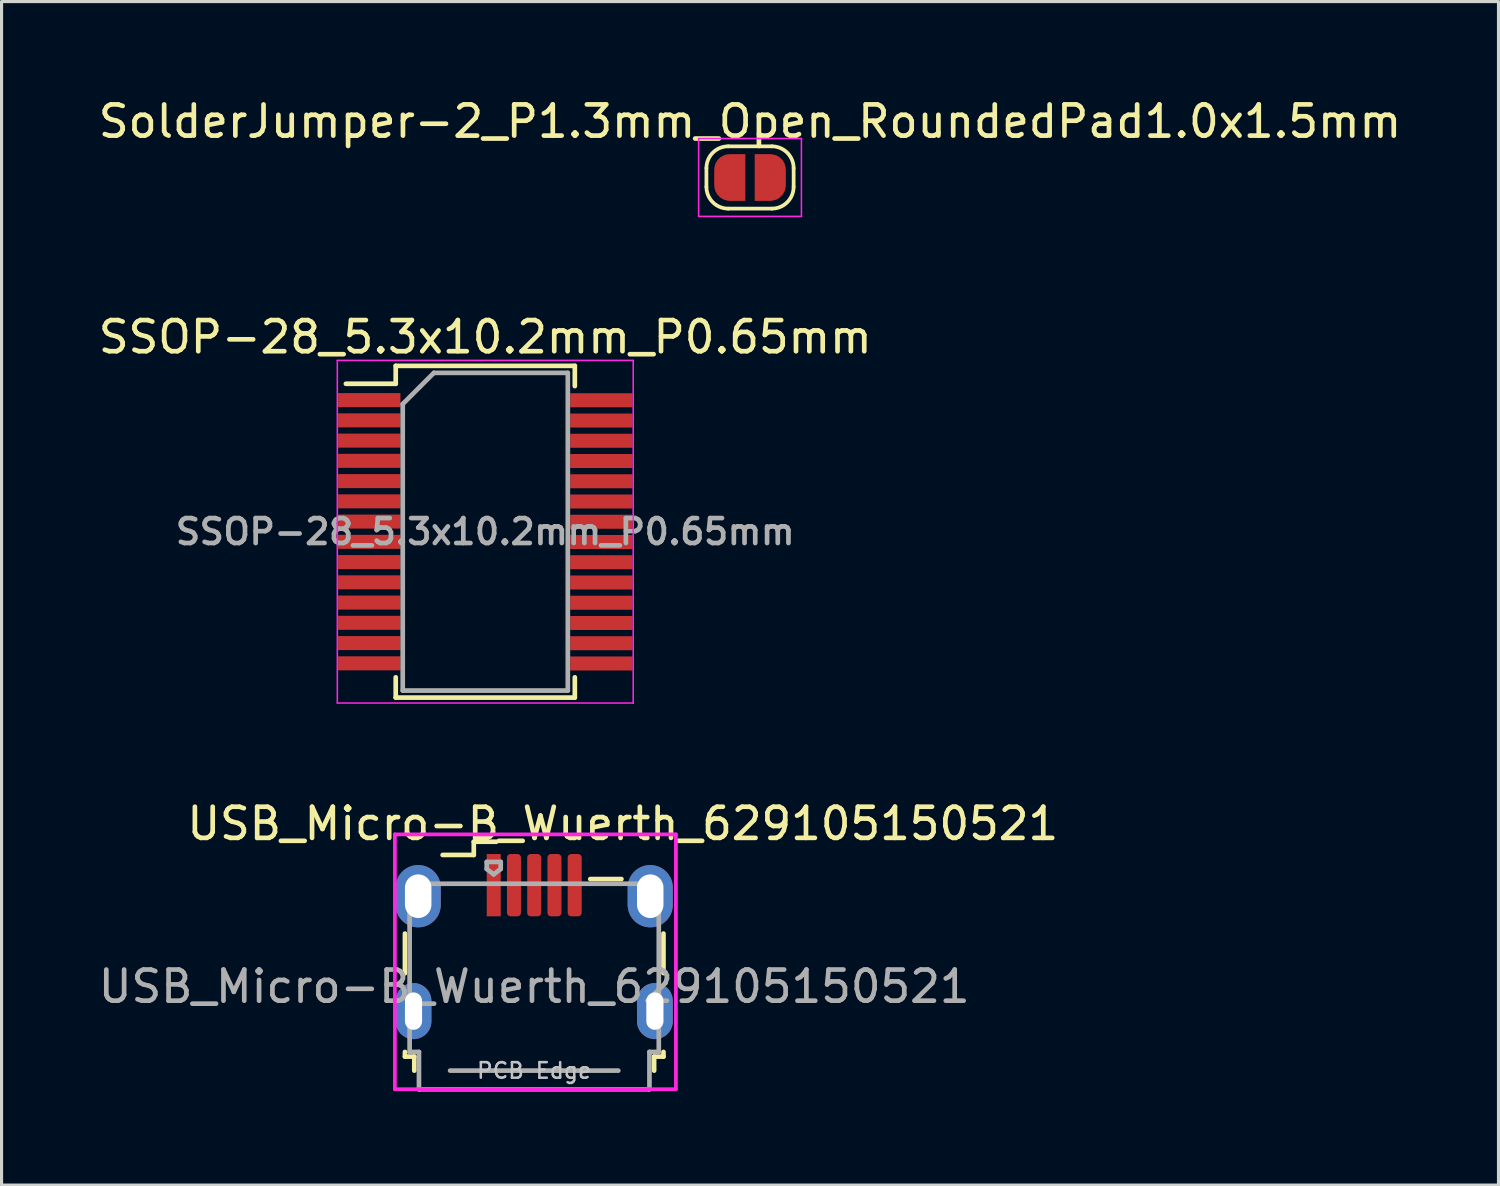
<source format=kicad_pcb>
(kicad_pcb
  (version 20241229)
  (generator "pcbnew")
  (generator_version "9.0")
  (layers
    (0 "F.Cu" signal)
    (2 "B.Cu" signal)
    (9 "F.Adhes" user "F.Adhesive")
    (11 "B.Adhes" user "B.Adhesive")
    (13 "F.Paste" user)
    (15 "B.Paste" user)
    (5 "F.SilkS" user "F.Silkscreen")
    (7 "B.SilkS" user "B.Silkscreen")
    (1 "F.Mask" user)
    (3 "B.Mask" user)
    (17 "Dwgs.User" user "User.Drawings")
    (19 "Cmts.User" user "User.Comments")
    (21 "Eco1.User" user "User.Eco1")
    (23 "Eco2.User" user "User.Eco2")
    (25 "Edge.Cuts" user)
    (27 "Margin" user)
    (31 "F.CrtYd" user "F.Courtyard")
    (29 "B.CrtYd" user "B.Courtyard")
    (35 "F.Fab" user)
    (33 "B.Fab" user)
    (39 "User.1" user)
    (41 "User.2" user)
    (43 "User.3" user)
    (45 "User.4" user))
  (footprint "USB_Micro-B_Wuerth_629105150521"
    (layer "F.Cu")
    (at 14.088 27.99)
    (property "Reference" "USB_Micro-B_Wuerth_629105150521" (at 2.857 -4.595 0) (layer "F.SilkS") (effects (font (size 1 1) (thickness 0.15))))
    (attr smd)
    (fp_line (start -4.137 -1.067) (end -4.137 0.206) (stroke (width 0.15) (type solid)) (layer "F.SilkS"))
    (fp_line (start -4.137 2.733) (end -4.137 2.883) (stroke (width 0.15) (type solid)) (layer "F.SilkS"))
    (fp_line (start -4.137 2.883) (end -3.837 2.883) (stroke (width 0.15) (type solid)) (layer "F.SilkS"))
    (fp_line (start -3.837 2.883) (end -3.837 3.333) (stroke (width 0.15) (type solid)) (layer "F.SilkS"))
    (fp_line (start -1.927 -4.016) (end -1.927 -3.591) (stroke (width 0.15) (type solid)) (layer "F.SilkS"))
    (fp_line (start -1.927 -3.591) (end -2.927 -3.591) (stroke (width 0.15) (type solid)) (layer "F.SilkS"))
    (fp_line (start -1.202 -4.016) (end -1.927 -4.016) (stroke (width 0.15) (type solid)) (layer "F.SilkS"))
    (fp_line (start 1.813 -2.817) (end 2.813 -2.817) (stroke (width 0.15) (type solid)) (layer "F.SilkS"))
    (fp_line (start 3.863 2.883) (end 4.163 2.883) (stroke (width 0.15) (type solid)) (layer "F.SilkS"))
    (fp_line (start 3.863 3.333) (end 3.863 2.883) (stroke (width 0.15) (type solid)) (layer "F.SilkS"))
    (fp_line (start 4.163 0.201) (end 4.163 -1.067) (stroke (width 0.15) (type solid)) (layer "F.SilkS"))
    (fp_line (start 4.163 2.883) (end 4.163 2.733) (stroke (width 0.15) (type solid)) (layer "F.SilkS"))
    (fp_line (start -4.46 -4.252) (end -4.46 3.929) (stroke (width 0.12) (type solid)) (layer "F.CrtYd"))
    (fp_line (start -4.46 3.929) (end 4.562 3.929) (stroke (width 0.12) (type solid)) (layer "F.CrtYd"))
    (fp_line (start 4.562 -4.252) (end -4.463 -4.252) (stroke (width 0.12) (type solid)) (layer "F.CrtYd"))
    (fp_line (start 4.562 3.929) (end 4.562 -4.252) (stroke (width 0.12) (type solid)) (layer "F.CrtYd"))
    (fp_line (start -3.987 -2.667) (end -3.987 2.733) (stroke (width 0.15) (type solid)) (layer "F.Fab"))
    (fp_line (start -3.987 2.733) (end -3.687 2.733) (stroke (width 0.15) (type solid)) (layer "F.Fab"))
    (fp_line (start -3.687 2.733) (end -3.687 3.933) (stroke (width 0.15) (type solid)) (layer "F.Fab"))
    (fp_line (start -3.687 3.933) (end 3.713 3.933) (stroke (width 0.15) (type solid)) (layer "F.Fab"))
    (fp_line (start -2.687 3.333) (end 2.713 3.333) (stroke (width 0.15) (type solid)) (layer "F.Fab"))
    (fp_line (start -1.512 -3.367) (end -1.062 -3.367) (stroke (width 0.15) (type solid)) (layer "F.Fab"))
    (fp_line (start -1.512 -3.142) (end -1.512 -3.367) (stroke (width 0.15) (type solid)) (layer "F.Fab"))
    (fp_line (start -1.287 -2.967) (end -1.512 -3.142) (stroke (width 0.15) (type solid)) (layer "F.Fab"))
    (fp_line (start -1.062 -3.367) (end -1.062 -3.142) (stroke (width 0.15) (type solid)) (layer "F.Fab"))
    (fp_line (start -1.062 -3.142) (end -1.287 -2.967) (stroke (width 0.15) (type solid)) (layer "F.Fab"))
    (fp_line (start 3.713 2.733) (end 4.013 2.733) (stroke (width 0.15) (type solid)) (layer "F.Fab"))
    (fp_line (start 3.713 3.933) (end 3.713 2.733) (stroke (width 0.15) (type solid)) (layer "F.Fab"))
    (fp_line (start 4.013 -2.667) (end -3.987 -2.667) (stroke (width 0.15) (type solid)) (layer "F.Fab"))
    (fp_line (start 4.013 2.733) (end 4.013 -2.667) (stroke (width 0.15) (type solid)) (layer "F.Fab"))
    (fp_text user "PCB Edge" (at 0.013 3.333 0) (layer "Dwgs.User") (effects (font (size 0.5 0.5) (thickness 0.08))))
    (fp_text user "${REFERENCE}" (at 0.013 0.633 0) (layer "F.Fab") (effects (font (size 1 1) (thickness 0.15))))
    (pad "1" smd rect (at -1.287 -2.621) (size 0.45 2) (layers "F.Cu" "F.Mask" "F.Paste"))
    (pad "2" smd roundrect (at -0.637 -2.621) (size 0.45 2) (layers "F.Cu" "F.Mask" "F.Paste") (roundrect_rratio 0.25))
    (pad "3" smd roundrect (at 0.013 -2.621) (size 0.45 2) (layers "F.Cu" "F.Mask" "F.Paste") (roundrect_rratio 0.25))
    (pad "4" smd roundrect (at 0.663 -2.621) (size 0.45 2) (layers "F.Cu" "F.Mask" "F.Paste") (roundrect_rratio 0.25))
    (pad "5" smd roundrect (at 1.313 -2.621) (size 0.45 2) (layers "F.Cu" "F.Mask" "F.Paste") (roundrect_rratio 0.25))
    (pad "6" thru_hole oval (at -3.862 1.422) (size 1.15 1.8) (drill oval 0.55 1.2) (layers "*.Cu" "*.Mask"))
    (pad "6" thru_hole oval (at -3.712 -2.267) (size 1.45 2) (drill oval 0.85 1.4) (layers "*.Cu" "*.Mask"))
    (pad "6" thru_hole oval (at 3.738 -2.267) (size 1.45 2) (drill oval 0.85 1.4) (layers "*.Cu" "*.Mask"))
    (pad "6" thru_hole oval (at 3.888 1.422) (size 1.15 1.8) (drill oval 0.55 1.2) (layers "*.Cu" "*.Mask")))
  (footprint "SSOP-28_5.3x10.2mm_P0.65mm"
    (layer "F.Cu")
    (at 12.53 14.021)
    (property "Reference" "SSOP-28_5.3x10.2mm_P0.65mm" (at 0 -6.25 0) (layer "F.SilkS") (effects (font (size 1 1) (thickness 0.15))))
    (attr smd)
    (fp_line (start -2.875 -5.325) (end -2.875 -4.75) (stroke (width 0.15) (type solid)) (layer "F.SilkS"))
    (fp_line (start -2.875 -5.325) (end 2.875 -5.325) (stroke (width 0.15) (type solid)) (layer "F.SilkS"))
    (fp_line (start -2.875 -4.75) (end -4.475 -4.75) (stroke (width 0.15) (type solid)) (layer "F.SilkS"))
    (fp_line (start -2.875 5.325) (end -2.875 4.675) (stroke (width 0.15) (type solid)) (layer "F.SilkS"))
    (fp_line (start -2.875 5.325) (end 2.875 5.325) (stroke (width 0.15) (type solid)) (layer "F.SilkS"))
    (fp_line (start 2.875 -5.325) (end 2.875 -4.675) (stroke (width 0.15) (type solid)) (layer "F.SilkS"))
    (fp_line (start 2.875 5.325) (end 2.875 4.675) (stroke (width 0.15) (type solid)) (layer "F.SilkS"))
    (fp_line (start -4.75 -5.5) (end -4.75 5.5) (stroke (width 0.05) (type solid)) (layer "F.CrtYd"))
    (fp_line (start -4.75 -5.5) (end 4.75 -5.5) (stroke (width 0.05) (type solid)) (layer "F.CrtYd"))
    (fp_line (start -4.75 5.5) (end 4.75 5.5) (stroke (width 0.05) (type solid)) (layer "F.CrtYd"))
    (fp_line (start 4.75 -5.5) (end 4.75 5.5) (stroke (width 0.05) (type solid)) (layer "F.CrtYd"))
    (fp_line (start -2.65 -4.1) (end -1.65 -5.1) (stroke (width 0.15) (type solid)) (layer "F.Fab"))
    (fp_line (start -2.65 5.1) (end -2.65 -4.1) (stroke (width 0.15) (type solid)) (layer "F.Fab"))
    (fp_line (start -1.65 -5.1) (end 2.65 -5.1) (stroke (width 0.15) (type solid)) (layer "F.Fab"))
    (fp_line (start 2.65 -5.1) (end 2.65 5.1) (stroke (width 0.15) (type solid)) (layer "F.Fab"))
    (fp_line (start 2.65 5.1) (end -2.65 5.1) (stroke (width 0.15) (type solid)) (layer "F.Fab"))
    (fp_text user "${REFERENCE}" (at 0 0 0) (layer "F.Fab") (effects (font (size 0.8 0.8) (thickness 0.15))))
    (pad "1" smd rect (at -3.724 -4.225) (size 2 0.45) (layers "F.Cu" "F.Mask" "F.Paste"))
    (pad "2" smd rect (at -3.724 -3.575) (size 2 0.45) (layers "F.Cu" "F.Mask" "F.Paste"))
    (pad "3" smd rect (at -3.724 -2.925) (size 2 0.45) (layers "F.Cu" "F.Mask" "F.Paste"))
    (pad "4" smd rect (at -3.724 -2.275) (size 2 0.45) (layers "F.Cu" "F.Mask" "F.Paste"))
    (pad "5" smd rect (at -3.724 -1.625) (size 2 0.45) (layers "F.Cu" "F.Mask" "F.Paste"))
    (pad "6" smd rect (at -3.724 -0.975) (size 2 0.45) (layers "F.Cu" "F.Mask" "F.Paste"))
    (pad "7" smd rect (at -3.724 -0.325) (size 2 0.45) (layers "F.Cu" "F.Mask" "F.Paste"))
    (pad "8" smd rect (at -3.724 0.325) (size 2 0.45) (layers "F.Cu" "F.Mask" "F.Paste"))
    (pad "9" smd rect (at -3.724 0.975) (size 2 0.45) (layers "F.Cu" "F.Mask" "F.Paste"))
    (pad "10" smd rect (at -3.724 1.625) (size 2 0.45) (layers "F.Cu" "F.Mask" "F.Paste"))
    (pad "11" smd rect (at -3.724 2.275) (size 2 0.45) (layers "F.Cu" "F.Mask" "F.Paste"))
    (pad "12" smd rect (at -3.724 2.925) (size 2 0.45) (layers "F.Cu" "F.Mask" "F.Paste"))
    (pad "13" smd rect (at -3.724 3.575) (size 2 0.45) (layers "F.Cu" "F.Mask" "F.Paste"))
    (pad "14" smd rect (at -3.724 4.225) (size 2 0.45) (layers "F.Cu" "F.Mask" "F.Paste"))
    (pad "15" smd rect (at 3.727 4.23) (size 2 0.45) (layers "F.Cu" "F.Mask" "F.Paste"))
    (pad "16" smd rect (at 3.727 3.58) (size 2 0.45) (layers "F.Cu" "F.Mask" "F.Paste"))
    (pad "17" smd rect (at 3.727 2.93) (size 2 0.45) (layers "F.Cu" "F.Mask" "F.Paste"))
    (pad "18" smd rect (at 3.727 2.28) (size 2 0.45) (layers "F.Cu" "F.Mask" "F.Paste"))
    (pad "19" smd rect (at 3.727 1.63) (size 2 0.45) (layers "F.Cu" "F.Mask" "F.Paste"))
    (pad "20" smd rect (at 3.727 0.98) (size 2 0.45) (layers "F.Cu" "F.Mask" "F.Paste"))
    (pad "21" smd rect (at 3.727 0.33) (size 2 0.45) (layers "F.Cu" "F.Mask" "F.Paste"))
    (pad "22" smd rect (at 3.727 -0.32) (size 2 0.45) (layers "F.Cu" "F.Mask" "F.Paste"))
    (pad "23" smd rect (at 3.727 -0.97) (size 2 0.45) (layers "F.Cu" "F.Mask" "F.Paste"))
    (pad "24" smd rect (at 3.727 -1.62) (size 2 0.45) (layers "F.Cu" "F.Mask" "F.Paste"))
    (pad "25" smd rect (at 3.727 -2.27) (size 2 0.45) (layers "F.Cu" "F.Mask" "F.Paste"))
    (pad "26" smd rect (at 3.727 -2.92) (size 2 0.45) (layers "F.Cu" "F.Mask" "F.Paste"))
    (pad "27" smd rect (at 3.727 -3.57) (size 2 0.45) (layers "F.Cu" "F.Mask" "F.Paste"))
    (pad "28" smd rect (at 3.727 -4.22) (size 2 0.45) (layers "F.Cu" "F.Mask" "F.Paste")))
  (footprint "SolderJumper-2_P1.3mm_Open_RoundedPad1.0x1.5mm"
    (layer "F.Cu")
    (at 21.03 2.648)
    (property "Reference" "SolderJumper-2_P1.3mm_Open_RoundedPad1.0x1.5mm" (at 0 -1.8 0) (layer "F.SilkS") (effects (font (size 1 1) (thickness 0.15))))
    (attr exclude_from_pos_files exclude_from_bom)
    (fp_line (start -1.4 0.3) (end -1.4 -0.3) (stroke (width 0.12) (type solid)) (layer "F.SilkS"))
    (fp_line (start -0.7 -1) (end 0.7 -1) (stroke (width 0.12) (type solid)) (layer "F.SilkS"))
    (fp_line (start 0.7 1) (end -0.7 1) (stroke (width 0.12) (type solid)) (layer "F.SilkS"))
    (fp_line (start 1.4 -0.3) (end 1.4 0.3) (stroke (width 0.12) (type solid)) (layer "F.SilkS"))
    (fp_arc (start -1.4 -0.3) (mid -1.194975 -0.794975) (end -0.7 -1) (stroke (width 0.12) (type solid)) (layer "F.SilkS"))
    (fp_arc (start -0.7 1) (mid -1.194975 0.794975) (end -1.4 0.3) (stroke (width 0.12) (type solid)) (layer "F.SilkS"))
    (fp_arc (start 0.7 -1) (mid 1.194975 -0.794975) (end 1.4 -0.3) (stroke (width 0.12) (type solid)) (layer "F.SilkS"))
    (fp_arc (start 1.4 0.3) (mid 1.194975 0.794975) (end 0.7 1) (stroke (width 0.12) (type solid)) (layer "F.SilkS"))
    (fp_line (start -1.65 -1.25) (end -1.65 1.25) (stroke (width 0.05) (type solid)) (layer "F.CrtYd"))
    (fp_line (start -1.65 -1.25) (end 1.65 -1.25) (stroke (width 0.05) (type solid)) (layer "F.CrtYd"))
    (fp_line (start 1.65 1.25) (end -1.65 1.25) (stroke (width 0.05) (type solid)) (layer "F.CrtYd"))
    (fp_line (start 1.65 1.25) (end 1.65 -1.25) (stroke (width 0.05) (type solid)) (layer "F.CrtYd"))
    (pad "1" smd custom (at -0.65 0) (size 1 0.5) (layers "F.Cu" "F.Mask") (options (anchor rect)) (primitives (gr_circle (center 0 0.25) (end 0.5 0.25) (width 0) (fill yes)) (gr_circle (center 0 -0.25) (end 0.5 -0.25) (width 0) (fill yes)) (gr_poly (pts (xy 0 -0.75) (xy 0.5 -0.75) (xy 0.5 0.75) (xy 0 0.75)) (width 0) (fill yes))))
    (pad "2" smd custom (at 0.65 0) (size 1 0.5) (layers "F.Cu" "F.Mask") (options (anchor rect)) (primitives (gr_circle (center 0 0.25) (end 0.5 0.25) (width 0) (fill yes)) (gr_circle (center 0 -0.25) (end 0.5 -0.25) (width 0) (fill yes)) (gr_poly (pts (xy 0 -0.75) (xy -0.5 -0.75) (xy -0.5 0.75) (xy 0 0.75)) (width 0) (fill yes)))))
  (gr_rect
    (start -3 -3)
    (end 45.06 34.998)
    (stroke (width 0.1) (type default))
    (fill no)
    (layer "Edge.Cuts")))
</source>
